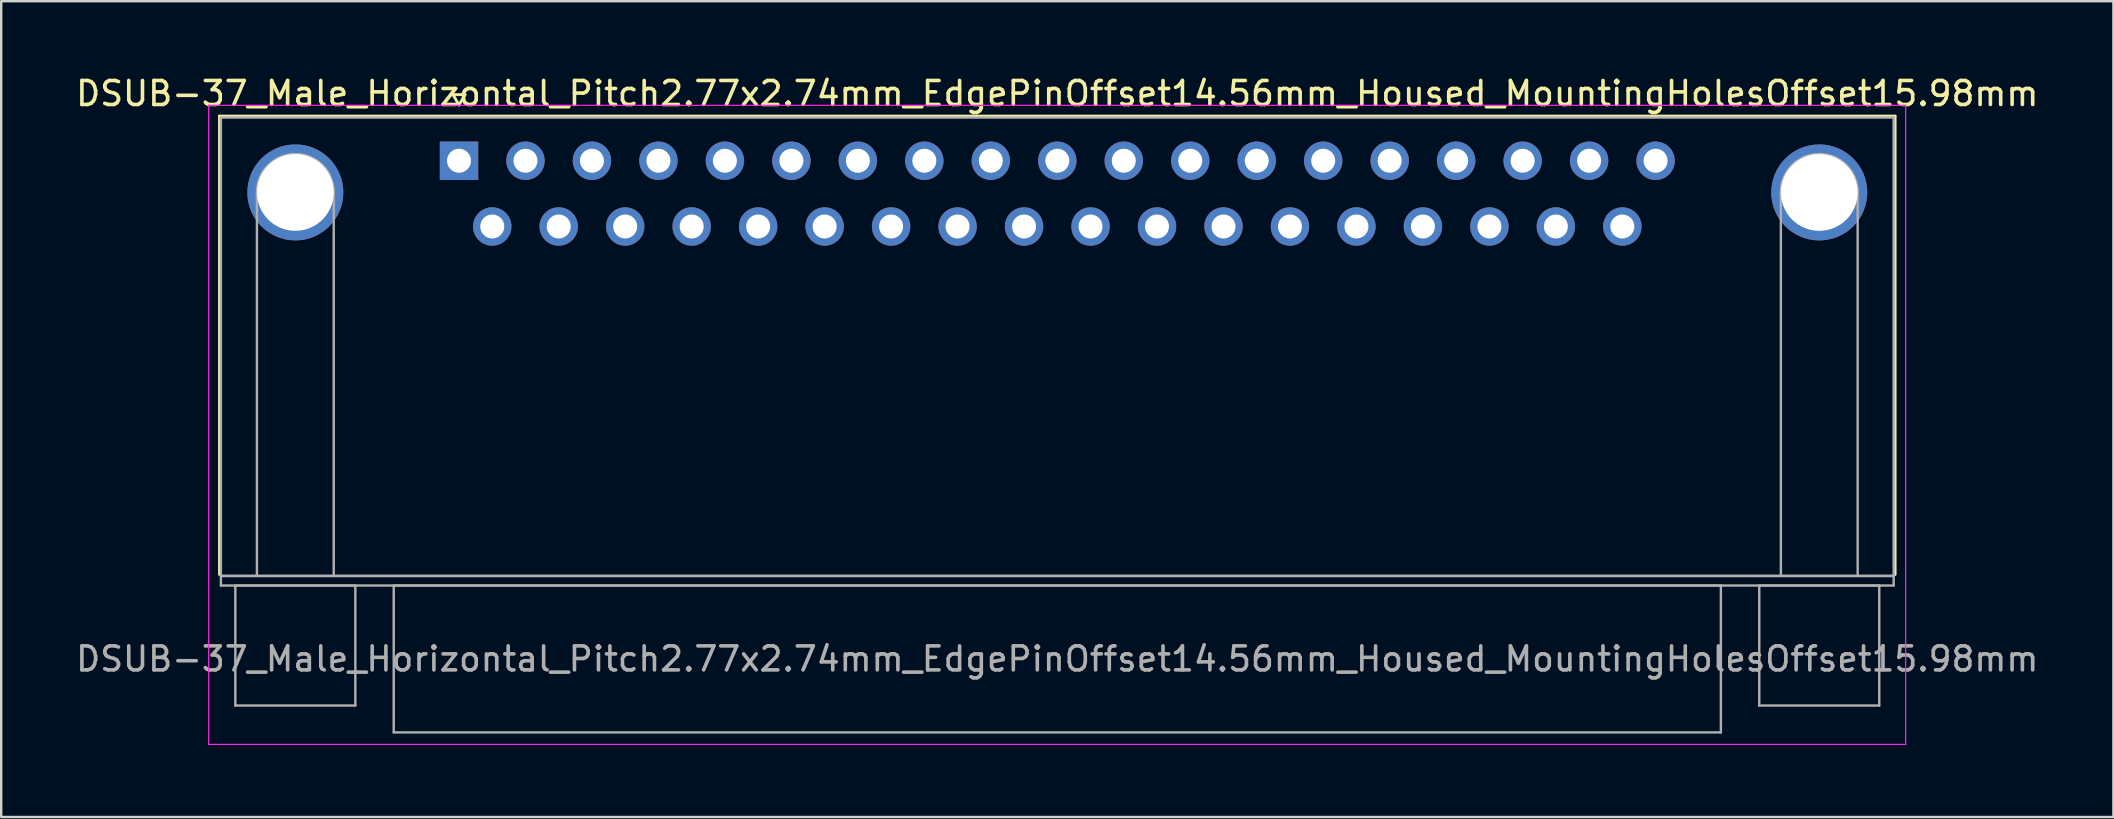
<source format=kicad_pcb>
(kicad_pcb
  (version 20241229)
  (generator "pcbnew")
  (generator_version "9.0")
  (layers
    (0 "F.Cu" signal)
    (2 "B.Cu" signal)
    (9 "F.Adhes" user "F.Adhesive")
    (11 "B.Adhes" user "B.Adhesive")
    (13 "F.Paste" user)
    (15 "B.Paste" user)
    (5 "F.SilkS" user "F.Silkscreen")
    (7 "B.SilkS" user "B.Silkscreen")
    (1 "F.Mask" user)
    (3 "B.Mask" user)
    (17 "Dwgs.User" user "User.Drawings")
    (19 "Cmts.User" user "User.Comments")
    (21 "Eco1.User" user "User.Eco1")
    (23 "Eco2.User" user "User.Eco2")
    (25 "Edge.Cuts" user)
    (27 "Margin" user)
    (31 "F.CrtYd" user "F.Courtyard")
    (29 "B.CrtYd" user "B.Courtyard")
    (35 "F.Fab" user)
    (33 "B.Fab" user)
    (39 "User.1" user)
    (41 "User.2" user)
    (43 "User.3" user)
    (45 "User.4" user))
  (footprint "DSUB-37_Male_Horizontal_Pitch2.77x2.74mm_EdgePinOffset14.56mm_Housed_MountingHolesOffset15.98mm"
    (layer "F.Cu")
    (at 16.076 3.648)
    (property "Reference" "DSUB-37_Male_Horizontal_Pitch2.77x2.74mm_EdgePinOffset14.56mm_Housed_MountingHolesOffset15.98mm" (at 24.93 -2.8 0) (layer "F.SilkS") (effects (font (size 1 1) (thickness 0.15))))
    (attr through_hole)
    (fp_line (start -9.98 -1.86) (end 59.84 -1.86) (stroke (width 0.12) (type solid)) (layer "F.SilkS"))
    (fp_line (start -9.98 17.24) (end -9.98 -1.86) (stroke (width 0.12) (type solid)) (layer "F.SilkS"))
    (fp_line (start -0.25 -2.754) (end 0.25 -2.754) (stroke (width 0.12) (type solid)) (layer "F.SilkS"))
    (fp_line (start 0 -2.321) (end -0.25 -2.754) (stroke (width 0.12) (type solid)) (layer "F.SilkS"))
    (fp_line (start 0.25 -2.754) (end 0 -2.321) (stroke (width 0.12) (type solid)) (layer "F.SilkS"))
    (fp_line (start 59.84 -1.86) (end 59.84 17.24) (stroke (width 0.12) (type solid)) (layer "F.SilkS"))
    (fp_line (start -10.43 -2.31) (end -10.43 24.32) (stroke (width 0.05) (type solid)) (layer "F.CrtYd"))
    (fp_line (start -10.43 24.32) (end 60.28 24.32) (stroke (width 0.05) (type solid)) (layer "F.CrtYd"))
    (fp_line (start 60.28 -2.31) (end -10.43 -2.31) (stroke (width 0.05) (type solid)) (layer "F.CrtYd"))
    (fp_line (start 60.28 24.32) (end 60.28 -2.31) (stroke (width 0.05) (type solid)) (layer "F.CrtYd"))
    (fp_line (start -9.92 -1.8) (end -9.92 17.3) (stroke (width 0.1) (type solid)) (layer "F.Fab"))
    (fp_line (start -9.92 17.3) (end -9.92 17.7) (stroke (width 0.1) (type solid)) (layer "F.Fab"))
    (fp_line (start -9.92 17.3) (end 59.78 17.3) (stroke (width 0.1) (type solid)) (layer "F.Fab"))
    (fp_line (start -9.92 17.7) (end 59.78 17.7) (stroke (width 0.1) (type solid)) (layer "F.Fab"))
    (fp_line (start -9.32 17.7) (end -9.32 22.7) (stroke (width 0.1) (type solid)) (layer "F.Fab"))
    (fp_line (start -9.32 22.7) (end -4.32 22.7) (stroke (width 0.1) (type solid)) (layer "F.Fab"))
    (fp_line (start -8.42 17.3) (end -8.42 1.32) (stroke (width 0.1) (type solid)) (layer "F.Fab"))
    (fp_line (start -5.22 17.3) (end -5.22 1.32) (stroke (width 0.1) (type solid)) (layer "F.Fab"))
    (fp_line (start -4.32 17.7) (end -9.32 17.7) (stroke (width 0.1) (type solid)) (layer "F.Fab"))
    (fp_line (start -4.32 22.7) (end -4.32 17.7) (stroke (width 0.1) (type solid)) (layer "F.Fab"))
    (fp_line (start -2.72 17.7) (end -2.72 23.82) (stroke (width 0.1) (type solid)) (layer "F.Fab"))
    (fp_line (start -2.72 23.82) (end 52.58 23.82) (stroke (width 0.1) (type solid)) (layer "F.Fab"))
    (fp_line (start 52.58 17.7) (end -2.72 17.7) (stroke (width 0.1) (type solid)) (layer "F.Fab"))
    (fp_line (start 52.58 23.82) (end 52.58 17.7) (stroke (width 0.1) (type solid)) (layer "F.Fab"))
    (fp_line (start 54.18 17.7) (end 54.18 22.7) (stroke (width 0.1) (type solid)) (layer "F.Fab"))
    (fp_line (start 54.18 22.7) (end 59.18 22.7) (stroke (width 0.1) (type solid)) (layer "F.Fab"))
    (fp_line (start 55.08 17.3) (end 55.08 1.32) (stroke (width 0.1) (type solid)) (layer "F.Fab"))
    (fp_line (start 58.28 17.3) (end 58.28 1.32) (stroke (width 0.1) (type solid)) (layer "F.Fab"))
    (fp_line (start 59.18 17.7) (end 54.18 17.7) (stroke (width 0.1) (type solid)) (layer "F.Fab"))
    (fp_line (start 59.18 22.7) (end 59.18 17.7) (stroke (width 0.1) (type solid)) (layer "F.Fab"))
    (fp_line (start 59.78 -1.8) (end -9.92 -1.8) (stroke (width 0.1) (type solid)) (layer "F.Fab"))
    (fp_line (start 59.78 17.3) (end -9.92 17.3) (stroke (width 0.1) (type solid)) (layer "F.Fab"))
    (fp_line (start 59.78 17.3) (end 59.78 -1.8) (stroke (width 0.1) (type solid)) (layer "F.Fab"))
    (fp_line (start 59.78 17.7) (end 59.78 17.3) (stroke (width 0.1) (type solid)) (layer "F.Fab"))
    (fp_arc (start -8.42 1.32) (mid -6.82 -0.28) (end -5.22 1.32) (stroke (width 0.1) (type solid)) (layer "F.Fab"))
    (fp_arc (start 55.08 1.32) (mid 56.68 -0.28) (end 58.28 1.32) (stroke (width 0.1) (type solid)) (layer "F.Fab"))
    (fp_text user "${REFERENCE}" (at 24.93 20.76 0) (layer "F.Fab") (effects (font (size 1 1) (thickness 0.15))))
    (pad "0" thru_hole circle (at -6.82 1.32) (size 4 4) (drill 3.2) (layers "*.Cu" "*.Mask"))
    (pad "0" thru_hole circle (at 56.68 1.32) (size 4 4) (drill 3.2) (layers "*.Cu" "*.Mask"))
    (pad "1" thru_hole rect (at 0 0) (size 1.6 1.6) (drill 1) (layers "*.Cu" "*.Mask"))
    (pad "2" thru_hole circle (at 2.77 0) (size 1.6 1.6) (drill 1) (layers "*.Cu" "*.Mask"))
    (pad "3" thru_hole circle (at 5.54 0) (size 1.6 1.6) (drill 1) (layers "*.Cu" "*.Mask"))
    (pad "4" thru_hole circle (at 8.31 0) (size 1.6 1.6) (drill 1) (layers "*.Cu" "*.Mask"))
    (pad "5" thru_hole circle (at 11.08 0) (size 1.6 1.6) (drill 1) (layers "*.Cu" "*.Mask"))
    (pad "6" thru_hole circle (at 13.85 0) (size 1.6 1.6) (drill 1) (layers "*.Cu" "*.Mask"))
    (pad "7" thru_hole circle (at 16.62 0) (size 1.6 1.6) (drill 1) (layers "*.Cu" "*.Mask"))
    (pad "8" thru_hole circle (at 19.39 0) (size 1.6 1.6) (drill 1) (layers "*.Cu" "*.Mask"))
    (pad "9" thru_hole circle (at 22.16 0) (size 1.6 1.6) (drill 1) (layers "*.Cu" "*.Mask"))
    (pad "10" thru_hole circle (at 24.93 0) (size 1.6 1.6) (drill 1) (layers "*.Cu" "*.Mask"))
    (pad "11" thru_hole circle (at 27.7 0) (size 1.6 1.6) (drill 1) (layers "*.Cu" "*.Mask"))
    (pad "12" thru_hole circle (at 30.47 0) (size 1.6 1.6) (drill 1) (layers "*.Cu" "*.Mask"))
    (pad "13" thru_hole circle (at 33.24 0) (size 1.6 1.6) (drill 1) (layers "*.Cu" "*.Mask"))
    (pad "14" thru_hole circle (at 36.01 0) (size 1.6 1.6) (drill 1) (layers "*.Cu" "*.Mask"))
    (pad "15" thru_hole circle (at 38.78 0) (size 1.6 1.6) (drill 1) (layers "*.Cu" "*.Mask"))
    (pad "16" thru_hole circle (at 41.55 0) (size 1.6 1.6) (drill 1) (layers "*.Cu" "*.Mask"))
    (pad "17" thru_hole circle (at 44.32 0) (size 1.6 1.6) (drill 1) (layers "*.Cu" "*.Mask"))
    (pad "18" thru_hole circle (at 47.09 0) (size 1.6 1.6) (drill 1) (layers "*.Cu" "*.Mask"))
    (pad "19" thru_hole circle (at 49.86 0) (size 1.6 1.6) (drill 1) (layers "*.Cu" "*.Mask"))
    (pad "20" thru_hole circle (at 1.385 2.74) (size 1.6 1.6) (drill 1) (layers "*.Cu" "*.Mask"))
    (pad "21" thru_hole circle (at 4.155 2.74) (size 1.6 1.6) (drill 1) (layers "*.Cu" "*.Mask"))
    (pad "22" thru_hole circle (at 6.925 2.74) (size 1.6 1.6) (drill 1) (layers "*.Cu" "*.Mask"))
    (pad "23" thru_hole circle (at 9.695 2.74) (size 1.6 1.6) (drill 1) (layers "*.Cu" "*.Mask"))
    (pad "24" thru_hole circle (at 12.465 2.74) (size 1.6 1.6) (drill 1) (layers "*.Cu" "*.Mask"))
    (pad "25" thru_hole circle (at 15.235 2.74) (size 1.6 1.6) (drill 1) (layers "*.Cu" "*.Mask"))
    (pad "26" thru_hole circle (at 18.005 2.74) (size 1.6 1.6) (drill 1) (layers "*.Cu" "*.Mask"))
    (pad "27" thru_hole circle (at 20.775 2.74) (size 1.6 1.6) (drill 1) (layers "*.Cu" "*.Mask"))
    (pad "28" thru_hole circle (at 23.545 2.74) (size 1.6 1.6) (drill 1) (layers "*.Cu" "*.Mask"))
    (pad "29" thru_hole circle (at 26.315 2.74) (size 1.6 1.6) (drill 1) (layers "*.Cu" "*.Mask"))
    (pad "30" thru_hole circle (at 29.085 2.74) (size 1.6 1.6) (drill 1) (layers "*.Cu" "*.Mask"))
    (pad "31" thru_hole circle (at 31.855 2.74) (size 1.6 1.6) (drill 1) (layers "*.Cu" "*.Mask"))
    (pad "32" thru_hole circle (at 34.625 2.74) (size 1.6 1.6) (drill 1) (layers "*.Cu" "*.Mask"))
    (pad "33" thru_hole circle (at 37.395 2.74) (size 1.6 1.6) (drill 1) (layers "*.Cu" "*.Mask"))
    (pad "34" thru_hole circle (at 40.165 2.74) (size 1.6 1.6) (drill 1) (layers "*.Cu" "*.Mask"))
    (pad "35" thru_hole circle (at 42.935 2.74) (size 1.6 1.6) (drill 1) (layers "*.Cu" "*.Mask"))
    (pad "36" thru_hole circle (at 45.705 2.74) (size 1.6 1.6) (drill 1) (layers "*.Cu" "*.Mask"))
    (pad "37" thru_hole circle (at 48.475 2.74) (size 1.6 1.6) (drill 1) (layers "*.Cu" "*.Mask")))
  (gr_rect
    (start -3 -3)
    (end 85.012 30.993)
    (stroke (width 0.1) (type default))
    (fill no)
    (layer "Edge.Cuts")))
</source>
